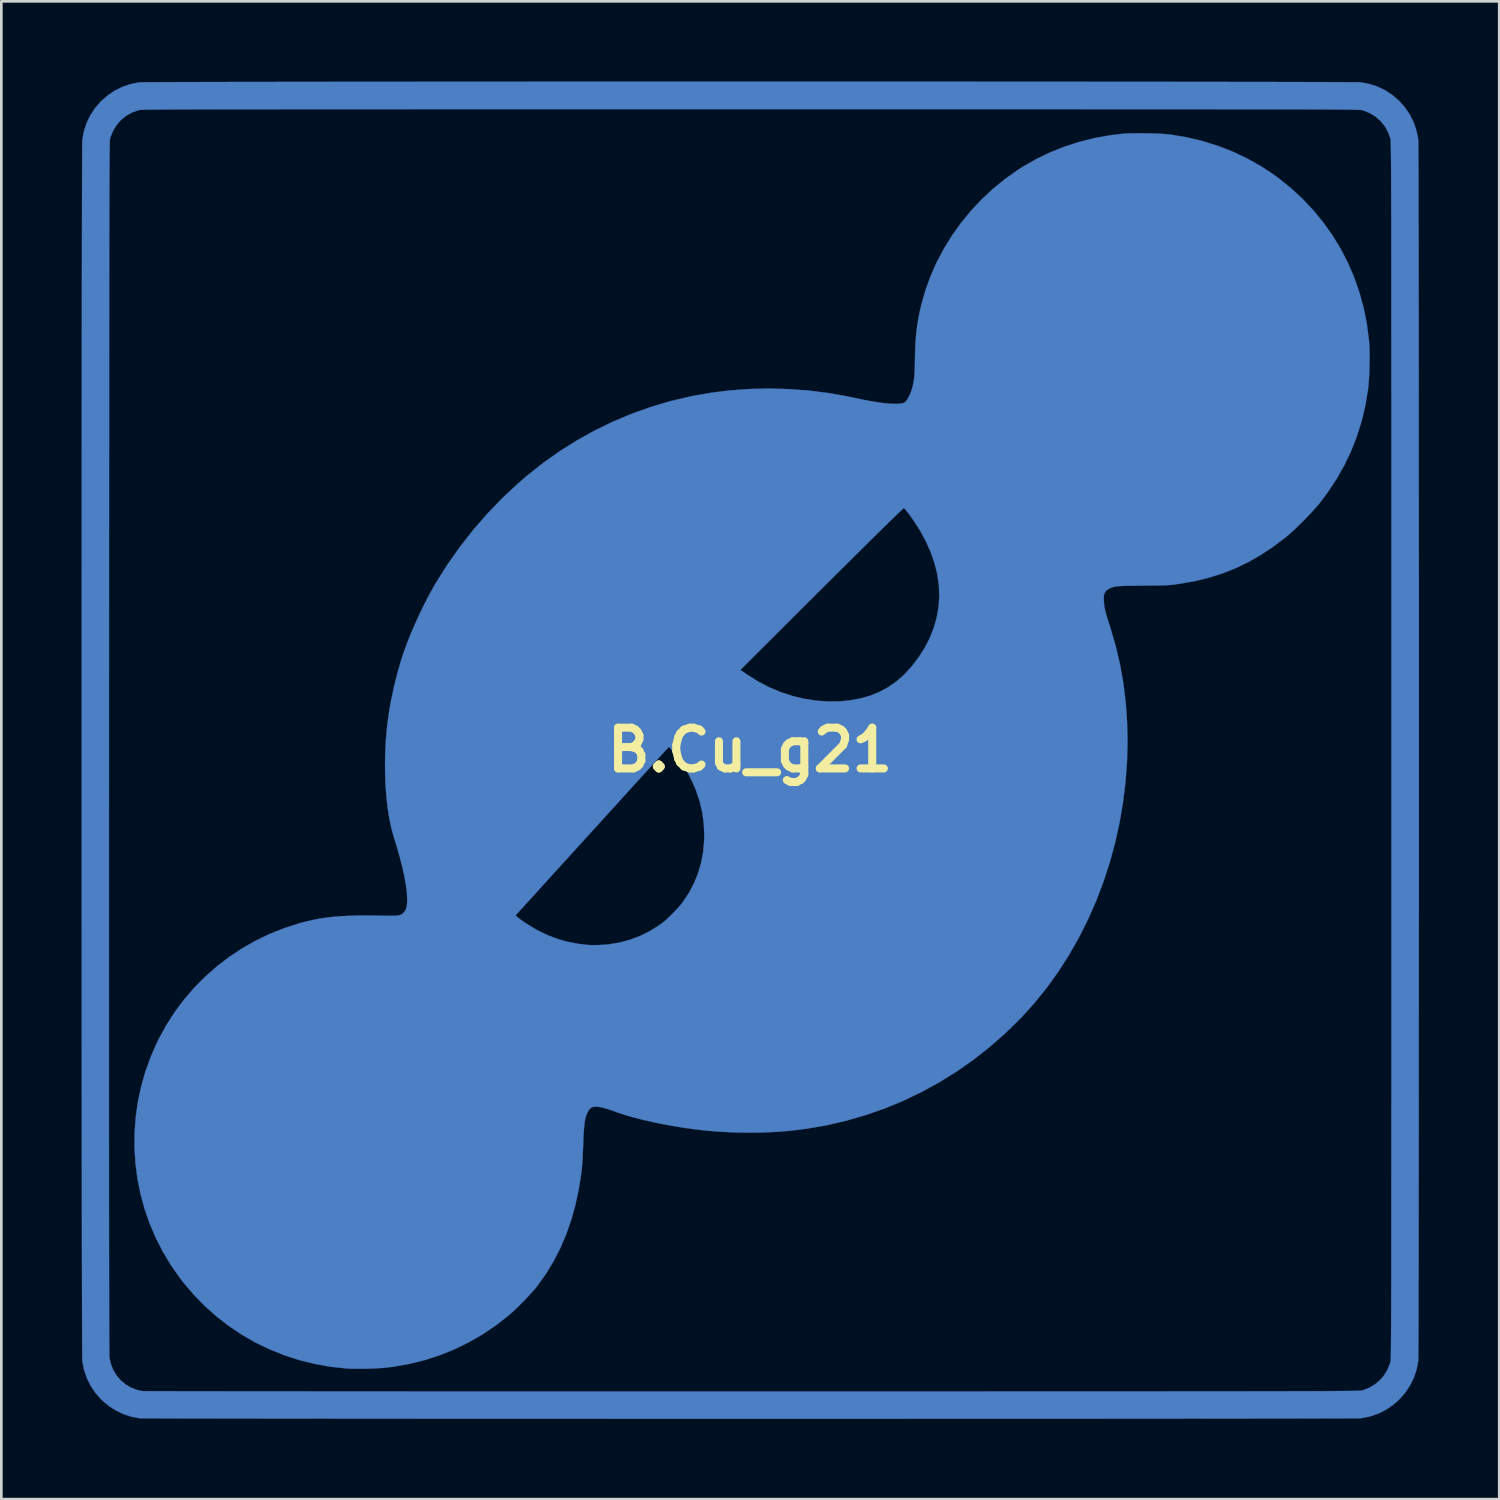
<source format=kicad_pcb>
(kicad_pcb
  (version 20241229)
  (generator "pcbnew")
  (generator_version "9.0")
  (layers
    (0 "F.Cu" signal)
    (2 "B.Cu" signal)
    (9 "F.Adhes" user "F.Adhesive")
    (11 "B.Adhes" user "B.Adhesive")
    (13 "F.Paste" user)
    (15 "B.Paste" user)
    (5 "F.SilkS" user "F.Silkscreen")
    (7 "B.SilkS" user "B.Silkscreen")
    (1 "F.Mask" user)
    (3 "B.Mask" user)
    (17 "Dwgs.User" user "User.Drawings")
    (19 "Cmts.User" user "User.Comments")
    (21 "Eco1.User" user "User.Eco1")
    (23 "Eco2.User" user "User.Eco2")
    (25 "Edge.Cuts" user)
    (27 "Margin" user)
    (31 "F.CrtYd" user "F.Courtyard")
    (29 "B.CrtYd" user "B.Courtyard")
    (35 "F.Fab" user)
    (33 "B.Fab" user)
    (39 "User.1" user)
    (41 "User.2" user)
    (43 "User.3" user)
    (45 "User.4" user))
  (footprint "B.Cu_g21"
    (layer "F.Cu")
    (at 25.004 25.004)
    (property "Reference" "B.Cu_g21" (at 0 0 0) (layer "F.SilkS") (effects (font (size 1.524 1.524) (thickness 0.3))))
    (attr through_hole)
    (fp_poly (pts (xy 14.667 -23.069) (xy 14.88 -23.066) (xy 15.09 -23.061) (xy 15.29 -23.053) (xy 15.472 -23.043) (xy 15.626 -23.031) (xy 15.727 -23.02) (xy 16.331 -22.919) (xy 16.919 -22.779) (xy 17.492 -22.601) (xy 18.046 -22.387) (xy 18.58 -22.135) (xy 19.094 -21.848) (xy 19.585 -21.526) (xy 19.763 -21.396) (xy 20.235 -21.016) (xy 20.675 -20.609) (xy 21.082 -20.176) (xy 21.456 -19.718) (xy 21.796 -19.238) (xy 22.101 -18.735) (xy 22.37 -18.212) (xy 22.602 -17.671) (xy 22.797 -17.112) (xy 22.954 -16.536) (xy 23.072 -15.947) (xy 23.151 -15.343) (xy 23.158 -15.263) (xy 23.168 -15.105) (xy 23.174 -14.914) (xy 23.176 -14.7) (xy 23.174 -14.474) (xy 23.168 -14.243) (xy 23.159 -14.017) (xy 23.148 -13.806) (xy 23.133 -13.619) (xy 23.116 -13.473) (xy 23.014 -12.869) (xy 22.874 -12.285) (xy 22.696 -11.72) (xy 22.48 -11.172) (xy 22.226 -10.64) (xy 21.932 -10.124) (xy 21.598 -9.622) (xy 21.297 -9.223) (xy 21.179 -9.082) (xy 21.036 -8.923) (xy 20.875 -8.751) (xy 20.703 -8.575) (xy 20.528 -8.401) (xy 20.356 -8.238) (xy 20.194 -8.091) (xy 20.051 -7.968) (xy 20.024 -7.946) (xy 19.565 -7.601) (xy 19.105 -7.295) (xy 18.638 -7.029) (xy 18.162 -6.799) (xy 17.672 -6.605) (xy 17.165 -6.445) (xy 16.634 -6.316) (xy 16.078 -6.218) (xy 15.864 -6.188) (xy 15.776 -6.179) (xy 15.675 -6.171) (xy 15.557 -6.164) (xy 15.416 -6.159) (xy 15.25 -6.155) (xy 15.052 -6.152) (xy 14.819 -6.149) (xy 14.69 -6.148) (xy 14.45 -6.147) (xy 14.249 -6.145) (xy 14.081 -6.142) (xy 13.943 -6.137) (xy 13.83 -6.131) (xy 13.738 -6.123) (xy 13.663 -6.113) (xy 13.6 -6.1) (xy 13.546 -6.083) (xy 13.496 -6.063) (xy 13.445 -6.04) (xy 13.441 -6.038) (xy 13.363 -5.992) (xy 13.311 -5.942) (xy 13.275 -5.884) (xy 13.253 -5.837) (xy 13.239 -5.794) (xy 13.233 -5.742) (xy 13.232 -5.67) (xy 13.237 -5.567) (xy 13.237 -5.567) (xy 13.243 -5.476) (xy 13.253 -5.387) (xy 13.269 -5.293) (xy 13.292 -5.19) (xy 13.324 -5.07) (xy 13.366 -4.928) (xy 13.419 -4.758) (xy 13.482 -4.561) (xy 13.678 -3.896) (xy 13.839 -3.21) (xy 13.964 -2.505) (xy 14.053 -1.785) (xy 14.105 -1.051) (xy 14.122 -0.306) (xy 14.102 0.447) (xy 14.045 1.206) (xy 13.957 1.926) (xy 13.827 2.698) (xy 13.66 3.458) (xy 13.457 4.204) (xy 13.219 4.934) (xy 12.947 5.647) (xy 12.642 6.34) (xy 12.305 7.012) (xy 11.937 7.661) (xy 11.538 8.284) (xy 11.11 8.881) (xy 10.653 9.449) (xy 10.169 9.986) (xy 10.095 10.062) (xy 9.538 10.605) (xy 8.958 11.114) (xy 8.356 11.587) (xy 7.733 12.024) (xy 7.089 12.424) (xy 6.427 12.788) (xy 5.747 13.115) (xy 5.05 13.403) (xy 4.337 13.653) (xy 3.61 13.864) (xy 2.87 14.036) (xy 2.117 14.167) (xy 1.492 14.244) (xy 1.012 14.283) (xy 0.503 14.306) (xy -0.022 14.314) (xy -0.554 14.305) (xy -1.081 14.281) (xy -1.593 14.241) (xy -1.662 14.234) (xy -2.048 14.19) (xy -2.444 14.135) (xy -2.842 14.071) (xy -3.237 13.999) (xy -3.621 13.921) (xy -3.99 13.837) (xy -4.336 13.749) (xy -4.653 13.658) (xy -4.936 13.566) (xy -4.99 13.546) (xy -5.211 13.468) (xy -5.397 13.409) (xy -5.553 13.368) (xy -5.682 13.345) (xy -5.787 13.339) (xy -5.872 13.352) (xy -5.941 13.381) (xy -5.996 13.428) (xy -6.034 13.479) (xy -6.076 13.551) (xy -6.111 13.628) (xy -6.14 13.715) (xy -6.165 13.816) (xy -6.186 13.935) (xy -6.202 14.077) (xy -6.216 14.246) (xy -6.228 14.446) (xy -6.238 14.681) (xy -6.244 14.848) (xy -6.254 15.103) (xy -6.266 15.339) (xy -6.281 15.548) (xy -6.297 15.726) (xy -6.307 15.812) (xy -6.405 16.432) (xy -6.532 17.022) (xy -6.689 17.585) (xy -6.877 18.121) (xy -7.095 18.631) (xy -7.345 19.119) (xy -7.627 19.584) (xy -7.943 20.028) (xy -7.972 20.066) (xy -8.064 20.179) (xy -8.182 20.313) (xy -8.318 20.461) (xy -8.465 20.614) (xy -8.616 20.766) (xy -8.764 20.911) (xy -8.903 21.04) (xy -9.024 21.146) (xy -9.028 21.149) (xy -9.507 21.523) (xy -10.006 21.859) (xy -10.524 22.158) (xy -11.059 22.419) (xy -11.611 22.641) (xy -12.178 22.824) (xy -12.759 22.967) (xy -13.352 23.071) (xy -13.622 23.104) (xy -13.783 23.118) (xy -13.972 23.129) (xy -14.179 23.138) (xy -14.393 23.144) (xy -14.604 23.146) (xy -14.802 23.145) (xy -14.975 23.141) (xy -15.081 23.135) (xy -15.686 23.07) (xy -16.279 22.965) (xy -16.858 22.821) (xy -17.422 22.639) (xy -17.97 22.419) (xy -18.499 22.163) (xy -19.008 21.871) (xy -19.496 21.544) (xy -19.961 21.183) (xy -20.402 20.789) (xy -20.817 20.362) (xy -21.206 19.903) (xy -21.318 19.758) (xy -21.658 19.273) (xy -21.961 18.77) (xy -22.226 18.25) (xy -22.454 17.717) (xy -22.644 17.171) (xy -22.796 16.614) (xy -22.91 16.05) (xy -22.985 15.48) (xy -23.022 14.906) (xy -23.02 14.33) (xy -22.979 13.754) (xy -22.899 13.18) (xy -22.78 12.611) (xy -22.621 12.048) (xy -22.422 11.493) (xy -22.184 10.949) (xy -22.119 10.816) (xy -21.837 10.299) (xy -21.52 9.805) (xy -21.171 9.337) (xy -20.791 8.895) (xy -20.382 8.482) (xy -19.945 8.097) (xy -19.483 7.743) (xy -18.997 7.421) (xy -18.489 7.132) (xy -17.961 6.878) (xy -17.413 6.661) (xy -16.848 6.48) (xy -16.605 6.416) (xy -16.365 6.36) (xy -16.121 6.313) (xy -15.869 6.274) (xy -15.604 6.243) (xy -15.322 6.22) (xy -15.018 6.203) (xy -14.69 6.194) (xy -14.331 6.191) (xy -13.938 6.195) (xy -13.6 6.202) (xy -13.429 6.205) (xy -13.295 6.203) (xy -13.191 6.195) (xy -13.153 6.188) (xy -8.771 6.188) (xy -8.688 6.261) (xy -8.61 6.322) (xy -8.504 6.398) (xy -8.379 6.483) (xy -8.243 6.57) (xy -8.105 6.654) (xy -7.975 6.729) (xy -7.878 6.781) (xy -7.533 6.942) (xy -7.189 7.071) (xy -6.835 7.171) (xy -6.462 7.244) (xy -6.117 7.288) (xy -5.99 7.296) (xy -5.834 7.299) (xy -5.663 7.296) (xy -5.492 7.288) (xy -5.333 7.276) (xy -5.283 7.271) (xy -4.877 7.203) (xy -4.483 7.097) (xy -4.104 6.953) (xy -3.744 6.775) (xy -3.406 6.562) (xy -3.195 6.402) (xy -3.092 6.311) (xy -2.972 6.198) (xy -2.847 6.071) (xy -2.724 5.94) (xy -2.614 5.815) (xy -2.526 5.707) (xy -2.517 5.694) (xy -2.286 5.348) (xy -2.094 4.985) (xy -1.94 4.605) (xy -1.825 4.209) (xy -1.749 3.797) (xy -1.713 3.37) (xy -1.709 3.196) (xy -1.729 2.749) (xy -1.789 2.313) (xy -1.891 1.888) (xy -2.033 1.473) (xy -2.191 1.119) (xy -2.299 0.91) (xy -2.404 0.723) (xy -2.516 0.546) (xy -2.64 0.369) (xy -2.784 0.18) (xy -2.871 0.071) (xy -3.028 -0.122) (xy -3.14 -0.003) (xy -3.166 0.025) (xy -3.218 0.082) (xy -3.297 0.168) (xy -3.399 0.28) (xy -3.524 0.417) (xy -3.67 0.577) (xy -3.836 0.76) (xy -4.02 0.962) (xy -4.221 1.183) (xy -4.438 1.421) (xy -4.669 1.675) (xy -4.912 1.943) (xy -5.167 2.223) (xy -5.431 2.513) (xy -5.703 2.813) (xy -5.983 3.12) (xy -6.012 3.152) (xy -8.771 6.188) (xy -13.153 6.188) (xy -13.11 6.18) (xy -13.046 6.155) (xy -12.994 6.121) (xy -12.946 6.076) (xy -12.935 6.063) (xy -12.888 5.998) (xy -12.855 5.922) (xy -12.835 5.825) (xy -12.825 5.702) (xy -12.823 5.577) (xy -12.835 5.333) (xy -12.869 5.053) (xy -12.925 4.738) (xy -13.002 4.388) (xy -13.1 4.004) (xy -13.22 3.586) (xy -13.325 3.247) (xy -13.411 2.936) (xy -13.485 2.59) (xy -13.546 2.213) (xy -13.593 1.812) (xy -13.627 1.39) (xy -13.647 0.954) (xy -13.652 0.507) (xy -13.643 0.057) (xy -13.619 -0.394) (xy -13.58 -0.839) (xy -13.578 -0.857) (xy -13.514 -1.342) (xy -13.427 -1.846) (xy -13.318 -2.358) (xy -13.192 -2.865) (xy -13.154 -2.995) (xy -0.36 -2.995) (xy -0.116 -2.826) (xy 0.285 -2.572) (xy 0.703 -2.353) (xy 1.135 -2.17) (xy 1.579 -2.023) (xy 2.03 -1.914) (xy 2.485 -1.844) (xy 2.941 -1.813) (xy 3.395 -1.822) (xy 3.721 -1.854) (xy 4.116 -1.924) (xy 4.486 -2.028) (xy 4.831 -2.166) (xy 5.154 -2.339) (xy 5.457 -2.549) (xy 5.741 -2.795) (xy 6.007 -3.078) (xy 6.026 -3.101) (xy 6.299 -3.454) (xy 6.532 -3.817) (xy 6.724 -4.189) (xy 6.875 -4.568) (xy 6.985 -4.954) (xy 7.053 -5.347) (xy 7.081 -5.745) (xy 7.066 -6.147) (xy 7.009 -6.554) (xy 6.993 -6.634) (xy 6.893 -7.02) (xy 6.755 -7.411) (xy 6.582 -7.801) (xy 6.376 -8.185) (xy 6.143 -8.551) (xy 6.059 -8.671) (xy 5.978 -8.783) (xy 5.904 -8.881) (xy 5.84 -8.961) (xy 5.791 -9.018) (xy 5.761 -9.046) (xy 5.755 -9.049) (xy 5.735 -9.034) (xy 5.686 -8.99) (xy 5.609 -8.918) (xy 5.505 -8.818) (xy 5.375 -8.693) (xy 5.219 -8.541) (xy 5.039 -8.365) (xy 4.836 -8.166) (xy 4.61 -7.943) (xy 4.363 -7.699) (xy 4.095 -7.434) (xy 3.807 -7.149) (xy 3.5 -6.844) (xy 3.175 -6.522) (xy 2.833 -6.182) (xy 2.476 -5.825) (xy 2.102 -5.453) (xy 1.792 -5.143) (xy -0.36 -2.995) (xy -13.154 -2.995) (xy -13.051 -3.354) (xy -12.952 -3.655) (xy -12.832 -3.985) (xy -12.691 -4.338) (xy -12.534 -4.704) (xy -12.366 -5.074) (xy -12.19 -5.437) (xy -12.011 -5.784) (xy -11.835 -6.104) (xy -11.747 -6.255) (xy -11.316 -6.938) (xy -10.849 -7.599) (xy -10.351 -8.234) (xy -9.822 -8.842) (xy -9.264 -9.421) (xy -8.679 -9.968) (xy -8.34 -10.26) (xy -7.734 -10.74) (xy -7.106 -11.184) (xy -6.459 -11.59) (xy -5.793 -11.959) (xy -5.109 -12.29) (xy -4.409 -12.583) (xy -3.693 -12.837) (xy -2.963 -13.052) (xy -2.22 -13.227) (xy -1.464 -13.361) (xy -0.751 -13.45) (xy -0.02 -13.503) (xy 0.722 -13.519) (xy 1.468 -13.499) (xy 2.211 -13.443) (xy 2.945 -13.351) (xy 3.663 -13.223) (xy 3.885 -13.176) (xy 4.223 -13.104) (xy 4.534 -13.045) (xy 4.815 -13) (xy 5.066 -12.968) (xy 5.285 -12.95) (xy 5.47 -12.945) (xy 5.62 -12.954) (xy 5.732 -12.977) (xy 5.778 -12.996) (xy 5.826 -13.038) (xy 5.881 -13.111) (xy 5.938 -13.206) (xy 5.99 -13.315) (xy 6.034 -13.427) (xy 6.04 -13.445) (xy 6.074 -13.559) (xy 6.101 -13.667) (xy 6.122 -13.778) (xy 6.139 -13.897) (xy 6.151 -14.031) (xy 6.16 -14.187) (xy 6.166 -14.372) (xy 6.17 -14.591) (xy 6.17 -14.605) (xy 6.178 -14.959) (xy 6.194 -15.28) (xy 6.219 -15.577) (xy 6.253 -15.86) (xy 6.298 -16.138) (xy 6.354 -16.42) (xy 6.404 -16.634) (xy 6.558 -17.183) (xy 6.753 -17.721) (xy 6.985 -18.246) (xy 7.255 -18.755) (xy 7.559 -19.247) (xy 7.896 -19.719) (xy 8.266 -20.168) (xy 8.665 -20.594) (xy 9.093 -20.993) (xy 9.548 -21.364) (xy 10.028 -21.703) (xy 10.202 -21.815) (xy 10.698 -22.099) (xy 11.217 -22.35) (xy 11.756 -22.565) (xy 12.312 -22.745) (xy 12.882 -22.888) (xy 13.461 -22.993) (xy 13.966 -23.052) (xy 14.102 -23.061) (xy 14.27 -23.066) (xy 14.461 -23.069) (xy 14.667 -23.069)) (stroke (width 0.01) (type solid)) (fill yes) (layer "B.Cu"))
    (fp_poly (pts (xy 0.975 -24.999) (xy 1.828 -24.999) (xy 2.678 -24.999) (xy 3.525 -24.999) (xy 4.368 -24.999) (xy 5.205 -24.999) (xy 6.036 -24.999) (xy 6.859 -24.998) (xy 7.674 -24.998) (xy 8.479 -24.998) (xy 9.273 -24.997) (xy 10.055 -24.997) (xy 10.825 -24.997) (xy 11.58 -24.996) (xy 12.32 -24.996) (xy 13.045 -24.995) (xy 13.752 -24.995) (xy 14.441 -24.994) (xy 15.111 -24.994) (xy 15.761 -24.993) (xy 16.389 -24.992) (xy 16.994 -24.992) (xy 17.577 -24.991) (xy 18.134 -24.99) (xy 18.666 -24.989) (xy 19.172 -24.989) (xy 19.649 -24.988) (xy 20.098 -24.987) (xy 20.517 -24.986) (xy 20.905 -24.985) (xy 21.261 -24.984) (xy 21.584 -24.983) (xy 21.873 -24.982) (xy 22.127 -24.981) (xy 22.344 -24.98) (xy 22.524 -24.979) (xy 22.666 -24.978) (xy 22.768 -24.977) (xy 22.83 -24.975) (xy 22.849 -24.974) (xy 23.166 -24.915) (xy 23.469 -24.815) (xy 23.755 -24.678) (xy 24.023 -24.502) (xy 24.27 -24.291) (xy 24.292 -24.269) (xy 24.504 -24.028) (xy 24.682 -23.765) (xy 24.823 -23.481) (xy 24.927 -23.18) (xy 24.991 -22.865) (xy 24.996 -22.828) (xy 24.997 -22.797) (xy 24.998 -22.725) (xy 24.999 -22.612) (xy 25 -22.46) (xy 25.001 -22.27) (xy 25.002 -22.043) (xy 25.004 -21.78) (xy 25.005 -21.482) (xy 25.006 -21.151) (xy 25.006 -20.786) (xy 25.007 -20.39) (xy 25.008 -19.963) (xy 25.009 -19.507) (xy 25.01 -19.022) (xy 25.011 -18.51) (xy 25.012 -17.971) (xy 25.012 -17.407) (xy 25.013 -16.818) (xy 25.014 -16.207) (xy 25.014 -15.573) (xy 25.015 -14.918) (xy 25.015 -14.243) (xy 25.016 -13.549) (xy 25.017 -12.837) (xy 25.017 -12.109) (xy 25.017 -11.364) (xy 25.018 -10.605) (xy 25.018 -9.832) (xy 25.019 -9.047) (xy 25.019 -8.25) (xy 25.019 -7.442) (xy 25.02 -6.625) (xy 25.02 -5.8) (xy 25.02 -4.968) (xy 25.02 -4.129) (xy 25.02 -3.285) (xy 25.02 -2.437) (xy 25.02 -1.586) (xy 25.02 -0.733) (xy 25.02 0.121) (xy 25.02 0.975) (xy 25.02 1.828) (xy 25.02 2.678) (xy 25.02 3.525) (xy 25.02 4.368) (xy 25.02 5.205) (xy 25.02 6.036) (xy 25.019 6.859) (xy 25.019 7.674) (xy 25.019 8.479) (xy 25.019 9.273) (xy 25.018 10.055) (xy 25.018 10.825) (xy 25.017 11.58) (xy 25.017 12.32) (xy 25.016 13.045) (xy 25.016 13.752) (xy 25.015 14.441) (xy 25.015 15.111) (xy 25.014 15.761) (xy 25.013 16.389) (xy 25.013 16.994) (xy 25.012 17.577) (xy 25.011 18.134) (xy 25.011 18.666) (xy 25.01 19.172) (xy 25.009 19.649) (xy 25.008 20.098) (xy 25.007 20.517) (xy 25.006 20.905) (xy 25.005 21.261) (xy 25.004 21.584) (xy 25.003 21.873) (xy 25.002 22.127) (xy 25.001 22.344) (xy 25 22.524) (xy 24.999 22.666) (xy 24.998 22.768) (xy 24.996 22.83) (xy 24.996 22.849) (xy 24.936 23.166) (xy 24.837 23.468) (xy 24.699 23.753) (xy 24.524 24.02) (xy 24.313 24.266) (xy 24.29 24.29) (xy 24.046 24.504) (xy 23.781 24.683) (xy 23.497 24.825) (xy 23.197 24.928) (xy 22.882 24.991) (xy 22.849 24.996) (xy 22.82 24.997) (xy 22.748 24.998) (xy 22.637 24.999) (xy 22.487 25) (xy 22.298 25.001) (xy 22.073 25.002) (xy 21.811 25.002) (xy 21.515 25.003) (xy 21.184 25.004) (xy 20.821 25.005) (xy 20.426 25.006) (xy 20.001 25.007) (xy 19.546 25.007) (xy 19.062 25.008) (xy 18.551 25.009) (xy 18.014 25.009) (xy 17.451 25.01) (xy 16.863 25.011) (xy 16.253 25.011) (xy 15.62 25.012) (xy 14.966 25.012) (xy 14.293 25.013) (xy 13.6 25.013) (xy 12.889 25.014) (xy 12.161 25.014) (xy 11.418 25.014) (xy 10.659 25.015) (xy 9.887 25.015) (xy 9.103 25.015) (xy 8.307 25.016) (xy 7.5 25.016) (xy 6.684 25.016) (xy 5.859 25.016) (xy 5.027 25.017) (xy 4.189 25.017) (xy 3.345 25.017) (xy 2.498 25.017) (xy 1.647 25.017) (xy 0.794 25.017) (xy -0.06 25.017) (xy -0.914 25.017) (xy -1.766 25.017) (xy -2.617 25.017) (xy -3.464 25.017) (xy -4.307 25.017) (xy -5.144 25.016) (xy -5.975 25.016) (xy -6.799 25.016) (xy -7.613 25.016) (xy -8.419 25.016) (xy -9.213 25.015) (xy -9.996 25.015) (xy -10.767 25.015) (xy -11.523 25.014) (xy -12.264 25.014) (xy -12.99 25.013) (xy -13.698 25.013) (xy -14.388 25.012) (xy -15.059 25.012) (xy -15.71 25.011) (xy -16.34 25.011) (xy -16.947 25.01) (xy -17.531 25.01) (xy -18.09 25.009) (xy -18.624 25.008) (xy -19.132 25.008) (xy -19.611 25.007) (xy -20.062 25.006) (xy -20.484 25.005) (xy -20.874 25.005) (xy -21.233 25.004) (xy -21.558 25.003) (xy -21.85 25.002) (xy -22.106 25.001) (xy -22.327 25) (xy -22.51 24.999) (xy -22.655 24.998) (xy -22.761 24.997) (xy -22.826 24.996) (xy -22.849 24.995) (xy -23.147 24.937) (xy -23.438 24.84) (xy -23.718 24.706) (xy -23.979 24.539) (xy -24.217 24.342) (xy -24.269 24.291) (xy -24.484 24.046) (xy -24.663 23.78) (xy -24.804 23.496) (xy -24.907 23.195) (xy -24.97 22.88) (xy -24.974 22.849) (xy -24.976 22.818) (xy -24.977 22.746) (xy -24.978 22.633) (xy -24.979 22.481) (xy -24.98 22.291) (xy -24.981 22.064) (xy -24.982 21.801) (xy -24.983 21.504) (xy -24.984 21.172) (xy -24.985 20.808) (xy -24.986 20.411) (xy -24.987 19.985) (xy -24.988 19.528) (xy -24.989 19.043) (xy -24.99 18.531) (xy -24.99 17.992) (xy -24.991 17.428) (xy -24.992 16.84) (xy -24.992 16.228) (xy -24.993 15.594) (xy -24.994 14.939) (xy -24.994 14.264) (xy -24.995 13.57) (xy -24.995 12.859) (xy -24.996 12.13) (xy -24.996 11.386) (xy -24.997 10.626) (xy -24.997 9.853) (xy -24.997 9.068) (xy -24.998 8.58) (xy -23.978 8.58) (xy -23.978 9.652) (xy -23.978 10.682) (xy -23.978 11.67) (xy -23.978 12.615) (xy -23.978 13.518) (xy -23.978 14.379) (xy -23.977 15.197) (xy -23.977 15.974) (xy -23.977 16.708) (xy -23.976 17.4) (xy -23.976 18.049) (xy -23.975 18.656) (xy -23.974 19.221) (xy -23.974 19.744) (xy -23.973 20.224) (xy -23.972 20.662) (xy -23.971 21.058) (xy -23.97 21.412) (xy -23.969 21.723) (xy -23.968 21.992) (xy -23.967 22.219) (xy -23.966 22.403) (xy -23.965 22.545) (xy -23.964 22.644) (xy -23.963 22.702) (xy -23.962 22.716) (xy -23.91 22.957) (xy -23.823 23.181) (xy -23.702 23.385) (xy -23.552 23.565) (xy -23.375 23.718) (xy -23.175 23.841) (xy -22.955 23.93) (xy -22.736 23.98) (xy -22.71 23.981) (xy -22.642 23.982) (xy -22.534 23.983) (xy -22.386 23.983) (xy -22.199 23.984) (xy -21.974 23.985) (xy -21.712 23.985) (xy -21.414 23.986) (xy -21.081 23.987) (xy -20.713 23.987) (xy -20.311 23.988) (xy -19.877 23.988) (xy -19.41 23.989) (xy -18.913 23.99) (xy -18.386 23.99) (xy -17.829 23.991) (xy -17.244 23.991) (xy -16.632 23.991) (xy -15.992 23.992) (xy -15.328 23.992) (xy -14.638 23.993) (xy -13.924 23.993) (xy -13.187 23.993) (xy -12.427 23.994) (xy -11.647 23.994) (xy -10.845 23.994) (xy -10.024 23.994) (xy -9.184 23.995) (xy -8.327 23.995) (xy -7.452 23.995) (xy -6.561 23.995) (xy -5.655 23.995) (xy -4.734 23.995) (xy -3.799 23.995) (xy -2.852 23.995) (xy -1.893 23.995) (xy -0.924 23.995) (xy 0.056 23.995) (xy 0.085 23.995) (xy 1.265 23.995) (xy 2.404 23.995) (xy 3.503 23.994) (xy 4.561 23.994) (xy 5.58 23.994) (xy 6.56 23.994) (xy 7.502 23.994) (xy 8.408 23.994) (xy 9.277 23.993) (xy 10.11 23.993) (xy 10.909 23.993) (xy 11.673 23.993) (xy 12.404 23.993) (xy 13.103 23.992) (xy 13.769 23.992) (xy 14.405 23.992) (xy 15.01 23.992) (xy 15.586 23.991) (xy 16.132 23.991) (xy 16.651 23.991) (xy 17.142 23.99) (xy 17.607 23.99) (xy 18.046 23.989) (xy 18.459 23.989) (xy 18.849 23.988) (xy 19.214 23.988) (xy 19.557 23.987) (xy 19.878 23.987) (xy 20.177 23.986) (xy 20.456 23.985) (xy 20.715 23.985) (xy 20.955 23.984) (xy 21.176 23.983) (xy 21.38 23.982) (xy 21.567 23.981) (xy 21.738 23.98) (xy 21.893 23.979) (xy 22.034 23.978) (xy 22.161 23.977) (xy 22.275 23.976) (xy 22.376 23.975) (xy 22.466 23.974) (xy 22.545 23.973) (xy 22.614 23.971) (xy 22.673 23.97) (xy 22.724 23.969) (xy 22.767 23.967) (xy 22.803 23.965) (xy 22.832 23.964) (xy 22.856 23.962) (xy 22.875 23.96) (xy 22.889 23.959) (xy 22.901 23.957) (xy 22.909 23.955) (xy 22.913 23.954) (xy 23.154 23.86) (xy 23.37 23.734) (xy 23.56 23.577) (xy 23.719 23.391) (xy 23.847 23.18) (xy 23.941 22.945) (xy 23.954 22.902) (xy 23.956 22.894) (xy 23.958 22.884) (xy 23.96 22.871) (xy 23.962 22.854) (xy 23.963 22.833) (xy 23.965 22.806) (xy 23.967 22.774) (xy 23.968 22.735) (xy 23.97 22.689) (xy 23.971 22.634) (xy 23.972 22.571) (xy 23.974 22.498) (xy 23.975 22.414) (xy 23.976 22.32) (xy 23.977 22.213) (xy 23.978 22.094) (xy 23.979 21.962) (xy 23.98 21.815) (xy 23.981 21.654) (xy 23.982 21.477) (xy 23.983 21.283) (xy 23.984 21.073) (xy 23.984 20.844) (xy 23.985 20.597) (xy 23.986 20.33) (xy 23.986 20.044) (xy 23.987 19.736) (xy 23.987 19.407) (xy 23.988 19.056) (xy 23.988 18.681) (xy 23.989 18.283) (xy 23.989 17.859) (xy 23.99 17.411) (xy 23.99 16.936) (xy 23.99 16.435) (xy 23.991 15.906) (xy 23.991 15.349) (xy 23.991 14.762) (xy 23.991 14.146) (xy 23.991 13.499) (xy 23.992 12.82) (xy 23.992 12.11) (xy 23.992 11.367) (xy 23.992 10.59) (xy 23.992 9.779) (xy 23.992 8.932) (xy 23.992 8.05) (xy 23.992 7.131) (xy 23.992 6.175) (xy 23.992 5.181) (xy 23.992 4.148) (xy 23.992 3.076) (xy 23.992 1.963) (xy 23.992 0.809) (xy 23.992 0.011) (xy 23.992 -1.171) (xy 23.992 -2.312) (xy 23.992 -3.411) (xy 23.992 -4.471) (xy 23.992 -5.491) (xy 23.992 -6.473) (xy 23.992 -7.416) (xy 23.992 -8.323) (xy 23.992 -9.193) (xy 23.992 -10.028) (xy 23.992 -10.828) (xy 23.992 -11.593) (xy 23.992 -12.326) (xy 23.992 -13.026) (xy 23.991 -13.694) (xy 23.991 -14.33) (xy 23.991 -14.937) (xy 23.991 -15.514) (xy 23.99 -16.062) (xy 23.99 -16.582) (xy 23.99 -17.074) (xy 23.99 -17.54) (xy 23.989 -17.98) (xy 23.989 -18.395) (xy 23.988 -18.786) (xy 23.988 -19.153) (xy 23.987 -19.497) (xy 23.987 -19.819) (xy 23.986 -20.119) (xy 23.985 -20.399) (xy 23.985 -20.659) (xy 23.984 -20.9) (xy 23.983 -21.123) (xy 23.983 -21.327) (xy 23.982 -21.516) (xy 23.981 -21.687) (xy 23.98 -21.844) (xy 23.979 -21.986) (xy 23.978 -22.114) (xy 23.977 -22.229) (xy 23.976 -22.331) (xy 23.974 -22.422) (xy 23.973 -22.502) (xy 23.972 -22.572) (xy 23.97 -22.632) (xy 23.969 -22.684) (xy 23.968 -22.728) (xy 23.966 -22.764) (xy 23.964 -22.794) (xy 23.963 -22.819) (xy 23.961 -22.839) (xy 23.959 -22.854) (xy 23.957 -22.866) (xy 23.955 -22.876) (xy 23.954 -22.881) (xy 23.866 -23.119) (xy 23.744 -23.335) (xy 23.59 -23.525) (xy 23.407 -23.686) (xy 23.198 -23.817) (xy 22.965 -23.914) (xy 22.902 -23.933) (xy 22.894 -23.935) (xy 22.884 -23.937) (xy 22.871 -23.939) (xy 22.854 -23.94) (xy 22.833 -23.942) (xy 22.806 -23.944) (xy 22.774 -23.945) (xy 22.735 -23.947) (xy 22.689 -23.948) (xy 22.634 -23.95) (xy 22.571 -23.951) (xy 22.498 -23.952) (xy 22.414 -23.954) (xy 22.32 -23.955) (xy 22.213 -23.956) (xy 22.094 -23.957) (xy 21.962 -23.958) (xy 21.815 -23.959) (xy 21.654 -23.96) (xy 21.477 -23.961) (xy 21.283 -23.962) (xy 21.073 -23.962) (xy 20.844 -23.963) (xy 20.597 -23.964) (xy 20.33 -23.965) (xy 20.044 -23.965) (xy 19.736 -23.966) (xy 19.407 -23.966) (xy 19.056 -23.967) (xy 18.681 -23.967) (xy 18.283 -23.968) (xy 17.859 -23.968) (xy 17.411 -23.968) (xy 16.936 -23.969) (xy 16.435 -23.969) (xy 15.906 -23.969) (xy 15.349 -23.97) (xy 14.762 -23.97) (xy 14.146 -23.97) (xy 13.499 -23.97) (xy 12.82 -23.97) (xy 12.11 -23.971) (xy 11.367 -23.971) (xy 10.59 -23.971) (xy 9.779 -23.971) (xy 8.932 -23.971) (xy 8.05 -23.971) (xy 7.131 -23.971) (xy 6.175 -23.971) (xy 5.181 -23.971) (xy 4.148 -23.971) (xy 3.076 -23.971) (xy 1.963 -23.971) (xy 0.809 -23.971) (xy 0.011 -23.971) (xy -1.171 -23.971) (xy -2.312 -23.971) (xy -3.411 -23.971) (xy -4.47 -23.971) (xy -5.49 -23.971) (xy -6.472 -23.971) (xy -7.415 -23.971) (xy -8.322 -23.971) (xy -9.192 -23.971) (xy -10.026 -23.971) (xy -10.826 -23.971) (xy -11.592 -23.971) (xy -12.324 -23.971) (xy -13.024 -23.97) (xy -13.691 -23.97) (xy -14.328 -23.97) (xy -14.935 -23.97) (xy -15.511 -23.97) (xy -16.059 -23.969) (xy -16.579 -23.969) (xy -17.071 -23.969) (xy -17.537 -23.968) (xy -17.977 -23.968) (xy -18.392 -23.968) (xy -18.783 -23.967) (xy -19.149 -23.967) (xy -19.493 -23.966) (xy -19.815 -23.966) (xy -20.116 -23.965) (xy -20.396 -23.964) (xy -20.656 -23.964) (xy -20.897 -23.963) (xy -21.119 -23.962) (xy -21.324 -23.961) (xy -21.512 -23.961) (xy -21.684 -23.96) (xy -21.841 -23.959) (xy -21.982 -23.958) (xy -22.111 -23.957) (xy -22.225 -23.956) (xy -22.328 -23.955) (xy -22.419 -23.953) (xy -22.499 -23.952) (xy -22.569 -23.951) (xy -22.629 -23.949) (xy -22.681 -23.948) (xy -22.725 -23.946) (xy -22.762 -23.945) (xy -22.792 -23.943) (xy -22.817 -23.942) (xy -22.837 -23.94) (xy -22.852 -23.938) (xy -22.865 -23.936) (xy -22.875 -23.934) (xy -22.881 -23.932) (xy -23.123 -23.844) (xy -23.339 -23.721) (xy -23.529 -23.567) (xy -23.69 -23.382) (xy -23.822 -23.169) (xy -23.92 -22.93) (xy -23.933 -22.892) (xy -23.935 -22.884) (xy -23.936 -22.874) (xy -23.938 -22.861) (xy -23.94 -22.845) (xy -23.942 -22.823) (xy -23.943 -22.797) (xy -23.945 -22.765) (xy -23.947 -22.725) (xy -23.948 -22.679) (xy -23.95 -22.624) (xy -23.951 -22.559) (xy -23.952 -22.486) (xy -23.953 -22.401) (xy -23.955 -22.306) (xy -23.956 -22.198) (xy -23.957 -22.078) (xy -23.958 -21.944) (xy -23.959 -21.796) (xy -23.96 -21.633) (xy -23.961 -21.454) (xy -23.962 -21.258) (xy -23.963 -21.046) (xy -23.963 -20.815) (xy -23.964 -20.565) (xy -23.965 -20.296) (xy -23.966 -20.007) (xy -23.966 -19.697) (xy -23.967 -19.365) (xy -23.967 -19.011) (xy -23.968 -18.633) (xy -23.969 -18.231) (xy -23.969 -17.804) (xy -23.97 -17.352) (xy -23.97 -16.874) (xy -23.97 -16.369) (xy -23.971 -15.836) (xy -23.971 -15.274) (xy -23.972 -14.683) (xy -23.972 -14.063) (xy -23.972 -13.411) (xy -23.973 -12.728) (xy -23.973 -12.013) (xy -23.973 -11.264) (xy -23.974 -10.482) (xy -23.974 -9.666) (xy -23.974 -8.814) (xy -23.975 -7.926) (xy -23.975 -7.002) (xy -23.975 -6.039) (xy -23.976 -5.039) (xy -23.976 -4) (xy -23.976 -2.921) (xy -23.977 -1.801) (xy -23.977 -0.64) (xy -23.977 -0.106) (xy -23.977 1.262) (xy -23.978 2.587) (xy -23.978 3.87) (xy -23.978 5.111) (xy -23.978 6.31) (xy -23.978 7.466) (xy -23.978 8.58) (xy -24.998 8.58) (xy -24.998 8.271) (xy -24.998 7.464) (xy -24.998 6.647) (xy -24.999 5.821) (xy -24.999 4.989) (xy -24.999 4.15) (xy -24.999 3.306) (xy -24.999 2.458) (xy -24.999 1.607) (xy -24.999 0.754) (xy -24.999 -0.1) (xy -24.999 -0.954) (xy -24.999 -1.807) (xy -24.999 -2.657) (xy -24.999 -3.504) (xy -24.999 -4.347) (xy -24.999 -5.184) (xy -24.999 -6.015) (xy -24.998 -6.838) (xy -24.998 -7.653) (xy -24.998 -8.458) (xy -24.997 -9.252) (xy -24.997 -10.034) (xy -24.997 -10.803) (xy -24.996 -11.559) (xy -24.996 -12.299) (xy -24.995 -13.024) (xy -24.995 -13.731) (xy -24.994 -14.42) (xy -24.994 -15.09) (xy -24.993 -15.739) (xy -24.992 -16.368) (xy -24.992 -16.973) (xy -24.991 -17.556) (xy -24.99 -18.113) (xy -24.989 -18.645) (xy -24.989 -19.151) (xy -24.988 -19.628) (xy -24.987 -20.077) (xy -24.986 -20.496) (xy -24.985 -20.884) (xy -24.984 -21.24) (xy -24.983 -21.563) (xy -24.982 -21.852) (xy -24.981 -22.106) (xy -24.98 -22.323) (xy -24.979 -22.503) (xy -24.978 -22.645) (xy -24.977 -22.747) (xy -24.975 -22.809) (xy -24.974 -22.828) (xy -24.915 -23.145) (xy -24.815 -23.448) (xy -24.678 -23.735) (xy -24.504 -24.002) (xy -24.294 -24.247) (xy -24.27 -24.27) (xy -24.028 -24.484) (xy -23.763 -24.662) (xy -23.478 -24.803) (xy -23.177 -24.906) (xy -22.861 -24.97) (xy -22.828 -24.974) (xy -22.797 -24.976) (xy -22.725 -24.977) (xy -22.612 -24.978) (xy -22.46 -24.979) (xy -22.27 -24.98) (xy -22.043 -24.981) (xy -21.78 -24.982) (xy -21.482 -24.983) (xy -21.151 -24.984) (xy -20.786 -24.985) (xy -20.39 -24.986) (xy -19.963 -24.987) (xy -19.507 -24.988) (xy -19.022 -24.989) (xy -18.51 -24.99) (xy -17.971 -24.99) (xy -17.407 -24.991) (xy -16.818 -24.992) (xy -16.207 -24.992) (xy -15.573 -24.993) (xy -14.918 -24.994) (xy -14.243 -24.994) (xy -13.549 -24.995) (xy -12.837 -24.995) (xy -12.109 -24.996) (xy -11.364 -24.996) (xy -10.605 -24.997) (xy -9.832 -24.997) (xy -9.047 -24.997) (xy -8.25 -24.998) (xy -7.442 -24.998) (xy -6.625 -24.998) (xy -5.8 -24.999) (xy -4.968 -24.999) (xy -4.129 -24.999) (xy -3.285 -24.999) (xy -2.437 -24.999) (xy -1.586 -24.999) (xy -0.733 -24.999) (xy 0.121 -24.999) (xy 0.975 -24.999)) (stroke (width 0.01) (type solid)) (fill yes) (layer "B.Cu")))
  (gr_rect
    (start -3 -3)
    (end 53.03 53.026)
    (stroke (width 0.1) (type default))
    (fill no)
    (layer "Edge.Cuts")))
</source>
